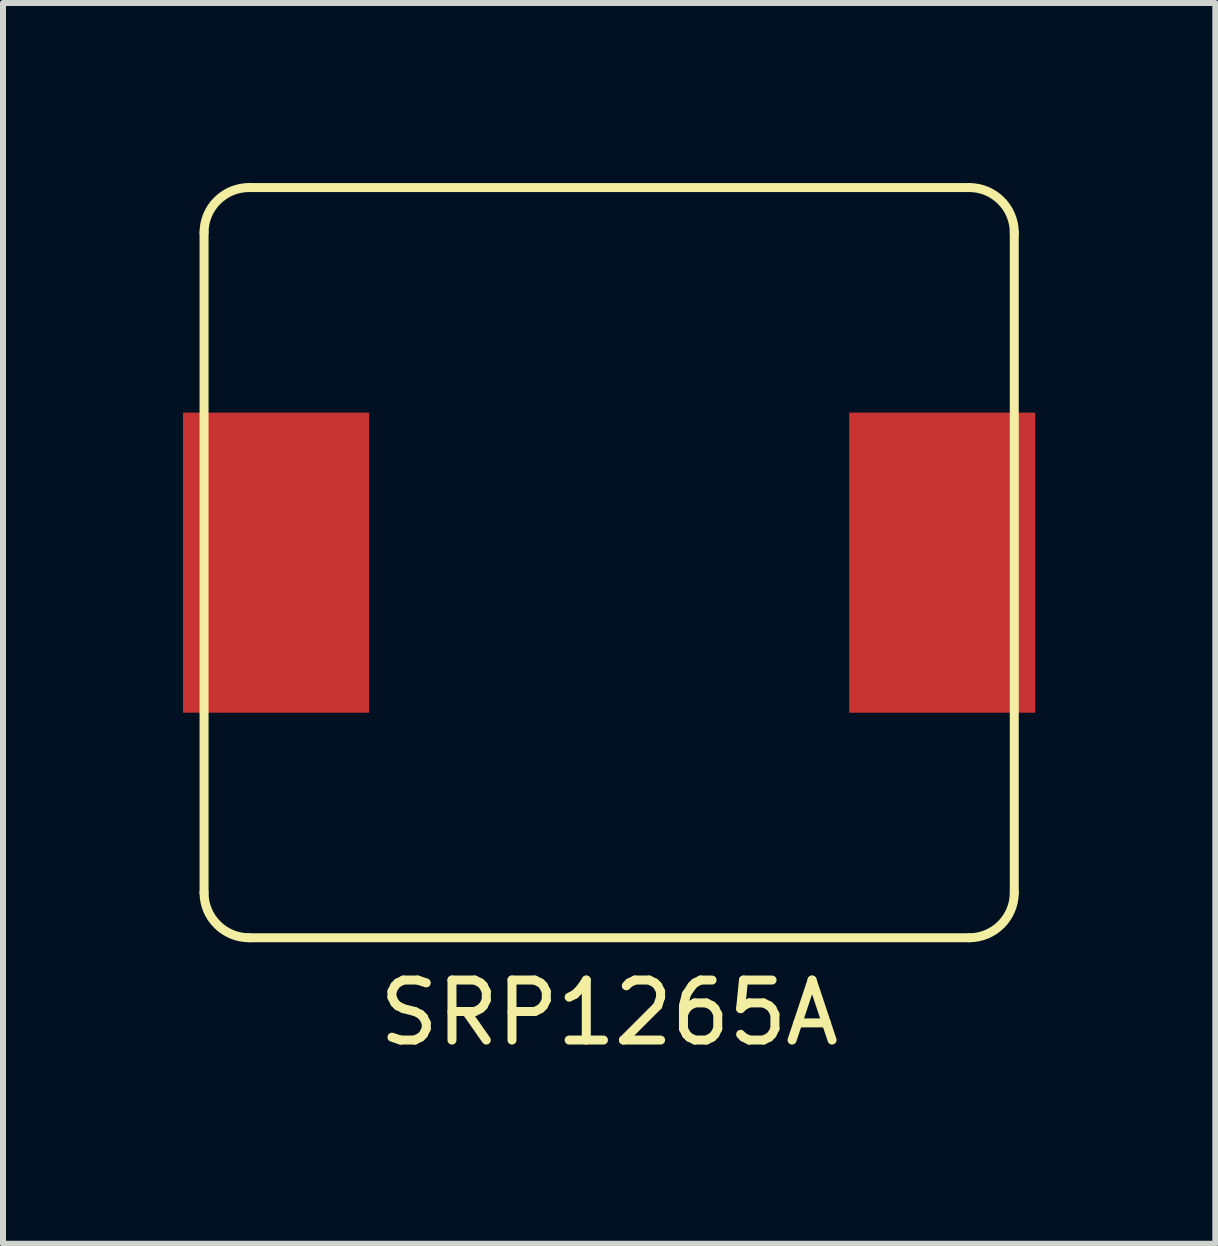
<source format=kicad_pcb>
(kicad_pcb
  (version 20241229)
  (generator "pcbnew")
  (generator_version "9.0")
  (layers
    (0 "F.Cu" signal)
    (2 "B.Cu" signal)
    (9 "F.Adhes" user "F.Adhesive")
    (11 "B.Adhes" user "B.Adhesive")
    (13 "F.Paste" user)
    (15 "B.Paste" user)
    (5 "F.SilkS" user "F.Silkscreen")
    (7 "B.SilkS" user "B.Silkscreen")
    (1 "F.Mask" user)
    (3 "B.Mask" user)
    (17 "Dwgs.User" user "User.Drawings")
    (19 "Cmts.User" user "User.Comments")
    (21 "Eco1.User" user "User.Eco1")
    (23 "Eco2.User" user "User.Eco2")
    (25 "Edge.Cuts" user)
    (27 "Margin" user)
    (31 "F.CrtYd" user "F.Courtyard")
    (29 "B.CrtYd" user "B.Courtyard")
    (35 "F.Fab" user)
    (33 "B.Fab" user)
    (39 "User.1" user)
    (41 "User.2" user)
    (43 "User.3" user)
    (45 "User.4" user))
  (footprint "SRP1265A"
    (layer "F.Cu")
    (at 7.1 6.325)
    (property "Reference" "SRP1265A" (at 0 7.5 0) (layer "F.SilkS") (effects (font (size 1 1) (thickness 0.15))))
    (attr through_hole)
    (fp_line (start -6.75 5.5) (end -6.75 -5.5) (stroke (width 0.15) (type solid)) (layer "F.SilkS"))
    (fp_line (start -6 -6.25) (end 6 -6.25) (stroke (width 0.15) (type solid)) (layer "F.SilkS"))
    (fp_line (start 6 6.25) (end -6 6.25) (stroke (width 0.15) (type solid)) (layer "F.SilkS"))
    (fp_line (start 6.75 -5.5) (end 6.75 5.5) (stroke (width 0.15) (type solid)) (layer "F.SilkS"))
    (fp_arc (start -6.75 -5.5) (mid -6.53033 -6.03033) (end -6 -6.25) (stroke (width 0.15) (type solid)) (layer "F.SilkS"))
    (fp_arc (start -6 6.25) (mid -6.53033 6.03033) (end -6.75 5.5) (stroke (width 0.15) (type solid)) (layer "F.SilkS"))
    (fp_arc (start 6 -6.25) (mid 6.53033 -6.03033) (end 6.75 -5.5) (stroke (width 0.15) (type solid)) (layer "F.SilkS"))
    (fp_arc (start 6.75 5.5) (mid 6.53033 6.03033) (end 6 6.25) (stroke (width 0.15) (type solid)) (layer "F.SilkS"))
    (pad "1" smd rect (at -5.55 0) (size 3.1 5) (layers "F.Cu" "F.Mask" "F.Paste"))
    (pad "2" smd rect (at 5.55 0) (size 3.1 5) (layers "F.Cu" "F.Mask" "F.Paste")))
  (gr_rect
    (start -3 -3)
    (end 17.2 17.673)
    (stroke (width 0.1) (type default))
    (fill no)
    (layer "Edge.Cuts")))
</source>
